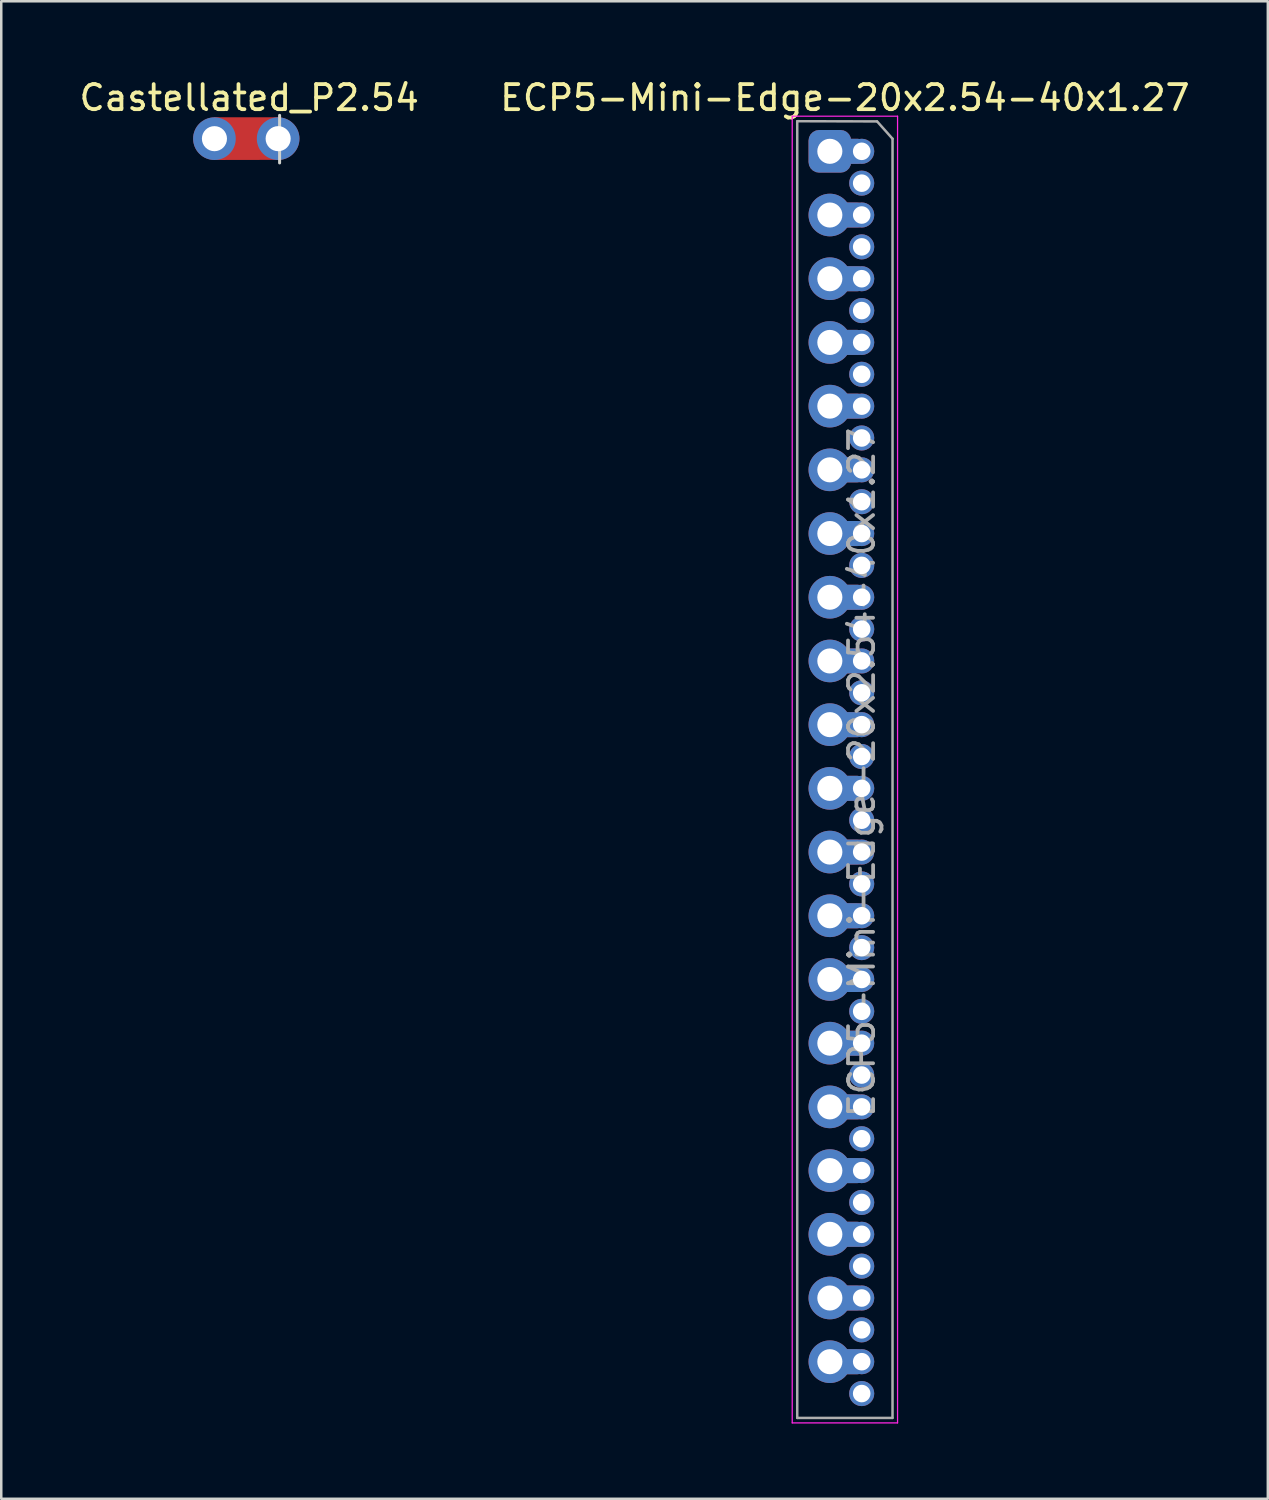
<source format=kicad_pcb>
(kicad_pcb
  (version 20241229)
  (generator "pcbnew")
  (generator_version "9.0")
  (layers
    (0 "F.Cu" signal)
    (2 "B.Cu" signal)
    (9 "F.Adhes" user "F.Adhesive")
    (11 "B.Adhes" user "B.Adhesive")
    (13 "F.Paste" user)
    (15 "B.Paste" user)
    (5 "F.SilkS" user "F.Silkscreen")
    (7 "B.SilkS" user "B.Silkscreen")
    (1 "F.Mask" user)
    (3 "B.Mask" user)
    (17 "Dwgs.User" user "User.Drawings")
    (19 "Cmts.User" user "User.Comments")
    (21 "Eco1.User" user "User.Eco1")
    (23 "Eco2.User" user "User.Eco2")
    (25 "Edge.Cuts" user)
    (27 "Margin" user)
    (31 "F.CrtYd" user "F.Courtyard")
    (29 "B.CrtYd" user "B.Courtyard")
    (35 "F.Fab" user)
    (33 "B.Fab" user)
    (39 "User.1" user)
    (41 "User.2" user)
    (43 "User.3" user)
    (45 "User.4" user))
  (footprint "ECP5-Mini-Edge-20x2.54-40x1.27"
    (layer "F.Cu")
    (at 30.037 2.983)
    (property "Reference" "ECP5-Mini-Edge-20x2.54-40x1.27" (at 0.6 -2.135 0) (layer "F.SilkS") (effects (font (size 1 1) (thickness 0.15))))
    (attr through_hole)
    (fp_line (start -1.5 50.7) (end -1.5 -1.4) (stroke (width 0.05) (type solid)) (layer "F.CrtYd"))
    (fp_line (start -1.499 -1.4) (end 2.7 -1.4) (stroke (width 0.05) (type solid)) (layer "F.CrtYd"))
    (fp_line (start 2.7 -1.4) (end 2.7 50.7) (stroke (width 0.05) (type solid)) (layer "F.CrtYd"))
    (fp_line (start 2.7 50.7) (end -1.5 50.7) (stroke (width 0.05) (type solid)) (layer "F.CrtYd"))
    (fp_line (start -1.3 -1.2) (end 1.879 -1.192) (stroke (width 0.1) (type solid)) (layer "F.Fab"))
    (fp_line (start -1.3 50.5) (end -1.3 -1.2) (stroke (width 0.1) (type solid)) (layer "F.Fab"))
    (fp_line (start 1.886 -1.19) (end 2.5 -0.5) (stroke (width 0.1) (type solid)) (layer "F.Fab"))
    (fp_line (start 2.497 50.502) (end -1.3 50.502) (stroke (width 0.1) (type solid)) (layer "F.Fab"))
    (fp_line (start 2.5 -0.5) (end 2.499 50.5) (stroke (width 0.1) (type solid)) (layer "F.Fab"))
    (fp_text user "${REFERENCE}" (at 1.27 24.765 90) (layer "F.Fab") (effects (font (size 1 1) (thickness 0.15))))
    (pad "1" thru_hole roundrect (at 0 0) (size 1.7 1.7) (drill 1) (layers "*.Cu" "*.Mask") (remove_unused_layers yes) (keep_end_layers yes) (zone_layer_connections) (roundrect_rratio 0.25))
    (pad "1" smd roundrect (at 0.635 0) (size 1.524 1) (layers "F.Cu" "F.Mask") (roundrect_rratio 0.3))
    (pad "1" smd roundrect (at 0.635 0) (size 1.524 1) (layers "B.Cu" "B.Mask") (roundrect_rratio 0.3))
    (pad "1" thru_hole circle (at 1.27 0) (size 1 1) (drill 0.7) (layers "*.Cu" "*.Mask") (remove_unused_layers yes) (keep_end_layers yes) (zone_layer_connections))
    (pad "2" thru_hole oval (at 1.27 1.27) (size 1 1) (drill 0.7) (layers "*.Cu" "*.Mask") (remove_unused_layers yes) (keep_end_layers yes) (zone_layer_connections))
    (pad "3" thru_hole oval (at 0 2.54) (size 1.7 1.7) (drill 1) (layers "*.Cu" "*.Mask") (remove_unused_layers yes) (keep_end_layers yes) (zone_layer_connections))
    (pad "3" smd roundrect (at 0.635 2.54 180) (size 1.524 1) (layers "F.Cu" "F.Mask") (roundrect_rratio 0.3))
    (pad "3" smd roundrect (at 0.635 2.54 180) (size 1.524 1) (layers "B.Cu" "B.Mask") (roundrect_rratio 0.3))
    (pad "3" thru_hole oval (at 1.27 2.54) (size 1 1) (drill 0.7) (layers "*.Cu" "*.Mask") (remove_unused_layers yes) (keep_end_layers yes) (zone_layer_connections))
    (pad "4" thru_hole oval (at 1.27 3.81) (size 1 1) (drill 0.7) (layers "*.Cu" "*.Mask") (remove_unused_layers yes) (keep_end_layers yes) (zone_layer_connections))
    (pad "5" thru_hole oval (at 0 5.08) (size 1.7 1.7) (drill 1) (layers "*.Cu" "*.Mask") (remove_unused_layers yes) (keep_end_layers yes) (zone_layer_connections))
    (pad "5" smd roundrect (at 0.635 5.08 180) (size 1.524 1) (layers "F.Cu" "F.Mask") (roundrect_rratio 0.3))
    (pad "5" smd roundrect (at 0.635 5.08 180) (size 1.524 1) (layers "B.Cu" "B.Mask") (roundrect_rratio 0.3))
    (pad "5" thru_hole oval (at 1.27 5.08) (size 1 1) (drill 0.7) (layers "*.Cu" "*.Mask") (remove_unused_layers yes) (keep_end_layers yes) (zone_layer_connections))
    (pad "6" thru_hole oval (at 1.27 6.35) (size 1 1) (drill 0.7) (layers "*.Cu" "*.Mask") (remove_unused_layers yes) (keep_end_layers yes) (zone_layer_connections))
    (pad "7" thru_hole oval (at 0 7.62) (size 1.7 1.7) (drill 1) (layers "*.Cu" "*.Mask") (remove_unused_layers yes) (keep_end_layers yes) (zone_layer_connections))
    (pad "7" smd roundrect (at 0.635 7.62 180) (size 1.524 1) (layers "F.Cu" "F.Mask") (roundrect_rratio 0.3))
    (pad "7" smd roundrect (at 0.635 7.62 180) (size 1.524 1) (layers "B.Cu" "B.Mask") (roundrect_rratio 0.3))
    (pad "7" thru_hole oval (at 1.27 7.62) (size 1 1) (drill 0.7) (layers "*.Cu" "*.Mask") (remove_unused_layers yes) (keep_end_layers yes) (zone_layer_connections))
    (pad "8" thru_hole oval (at 1.27 8.89) (size 1 1) (drill 0.7) (layers "*.Cu" "*.Mask") (remove_unused_layers yes) (keep_end_layers yes) (zone_layer_connections))
    (pad "9" thru_hole oval (at 0 10.16) (size 1.7 1.7) (drill 1) (layers "*.Cu" "*.Mask") (remove_unused_layers yes) (keep_end_layers yes) (zone_layer_connections))
    (pad "9" smd roundrect (at 0.635 10.16 180) (size 1.524 1) (layers "F.Cu" "F.Mask") (roundrect_rratio 0.3))
    (pad "9" smd roundrect (at 0.635 10.16 180) (size 1.524 1) (layers "B.Cu" "B.Mask") (roundrect_rratio 0.3))
    (pad "9" thru_hole oval (at 1.27 10.16) (size 1 1) (drill 0.7) (layers "*.Cu" "*.Mask") (remove_unused_layers yes) (keep_end_layers yes) (zone_layer_connections))
    (pad "10" thru_hole oval (at 1.27 11.43) (size 1 1) (drill 0.7) (layers "*.Cu" "*.Mask") (remove_unused_layers yes) (keep_end_layers yes) (zone_layer_connections))
    (pad "11" thru_hole oval (at 0 12.7) (size 1.7 1.7) (drill 1) (layers "*.Cu" "*.Mask") (remove_unused_layers yes) (keep_end_layers yes) (zone_layer_connections))
    (pad "11" smd roundrect (at 0.635 12.7 180) (size 1.524 1) (layers "F.Cu" "F.Mask") (roundrect_rratio 0.3))
    (pad "11" smd roundrect (at 0.635 12.7 180) (size 1.524 1) (layers "B.Cu" "B.Mask") (roundrect_rratio 0.3))
    (pad "11" thru_hole oval (at 1.27 12.7) (size 1 1) (drill 0.7) (layers "*.Cu" "*.Mask") (remove_unused_layers yes) (keep_end_layers yes) (zone_layer_connections))
    (pad "12" thru_hole oval (at 1.27 13.97) (size 1 1) (drill 0.7) (layers "*.Cu" "*.Mask") (remove_unused_layers yes) (keep_end_layers yes) (zone_layer_connections))
    (pad "13" thru_hole oval (at 0 15.24) (size 1.7 1.7) (drill 1) (layers "*.Cu" "*.Mask") (remove_unused_layers yes) (keep_end_layers yes) (zone_layer_connections))
    (pad "13" smd roundrect (at 0.635 15.24 180) (size 1.524 1) (layers "F.Cu" "F.Mask") (roundrect_rratio 0.3))
    (pad "13" smd roundrect (at 0.635 15.24 180) (size 1.524 1) (layers "B.Cu" "B.Mask") (roundrect_rratio 0.3))
    (pad "13" thru_hole oval (at 1.27 15.24) (size 1 1) (drill 0.7) (layers "*.Cu" "*.Mask") (remove_unused_layers yes) (keep_end_layers yes) (zone_layer_connections))
    (pad "14" thru_hole oval (at 1.27 16.51) (size 1 1) (drill 0.7) (layers "*.Cu" "*.Mask") (remove_unused_layers yes) (keep_end_layers yes) (zone_layer_connections))
    (pad "15" thru_hole oval (at 0 17.78) (size 1.7 1.7) (drill 1) (layers "*.Cu" "*.Mask") (remove_unused_layers yes) (keep_end_layers yes) (zone_layer_connections))
    (pad "15" smd roundrect (at 0.635 17.78 180) (size 1.524 1) (layers "F.Cu" "F.Mask") (roundrect_rratio 0.3))
    (pad "15" smd roundrect (at 0.635 17.78 180) (size 1.524 1) (layers "B.Cu" "B.Mask") (roundrect_rratio 0.3))
    (pad "15" thru_hole oval (at 1.27 17.78) (size 1 1) (drill 0.7) (layers "*.Cu" "*.Mask") (remove_unused_layers yes) (keep_end_layers yes) (zone_layer_connections))
    (pad "16" thru_hole oval (at 1.27 19.05) (size 1 1) (drill 0.7) (layers "*.Cu" "*.Mask") (remove_unused_layers yes) (keep_end_layers yes) (zone_layer_connections))
    (pad "17" thru_hole oval (at 0 20.32) (size 1.7 1.7) (drill 1) (layers "*.Cu" "*.Mask"))
    (pad "17" smd roundrect (at 0.635 20.32 180) (size 1.524 1) (layers "F.Cu" "F.Mask") (roundrect_rratio 0.3))
    (pad "17" smd roundrect (at 0.635 20.32 180) (size 1.524 1) (layers "B.Cu" "B.Mask") (roundrect_rratio 0.3))
    (pad "17" thru_hole oval (at 1.27 20.32) (size 1 1) (drill 0.7) (layers "*.Cu" "*.Mask") (remove_unused_layers yes) (keep_end_layers yes) (zone_layer_connections))
    (pad "18" thru_hole oval (at 1.27 21.59) (size 1 1) (drill 0.7) (layers "*.Cu" "*.Mask"))
    (pad "19" thru_hole oval (at 0 22.86) (size 1.7 1.7) (drill 1) (layers "*.Cu" "*.Mask") (remove_unused_layers yes) (keep_end_layers yes) (zone_layer_connections))
    (pad "19" smd roundrect (at 0.635 22.86 180) (size 1.524 1) (layers "F.Cu" "F.Mask") (roundrect_rratio 0.3))
    (pad "19" smd roundrect (at 0.635 22.86 180) (size 1.524 1) (layers "B.Cu" "B.Mask") (roundrect_rratio 0.3))
    (pad "19" thru_hole oval (at 1.27 22.86) (size 1 1) (drill 0.7) (layers "*.Cu" "*.Mask"))
    (pad "20" thru_hole oval (at 1.27 24.13) (size 1 1) (drill 0.7) (layers "*.Cu" "*.Mask"))
    (pad "21" thru_hole oval (at 0 25.4) (size 1.7 1.7) (drill 1) (layers "*.Cu" "*.Mask") (remove_unused_layers yes) (keep_end_layers yes) (zone_layer_connections))
    (pad "21" smd roundrect (at 0.635 25.4 180) (size 1.524 1) (layers "F.Cu" "F.Mask") (roundrect_rratio 0.3))
    (pad "21" smd roundrect (at 0.635 25.4 180) (size 1.524 1) (layers "B.Cu" "B.Mask") (roundrect_rratio 0.3))
    (pad "21" thru_hole oval (at 1.27 25.4) (size 1 1) (drill 0.7) (layers "*.Cu" "*.Mask") (remove_unused_layers yes) (keep_end_layers yes) (zone_layer_connections))
    (pad "22" thru_hole oval (at 1.27 26.67) (size 1 1) (drill 0.7) (layers "*.Cu" "*.Mask") (remove_unused_layers yes) (keep_end_layers yes) (zone_layer_connections))
    (pad "23" thru_hole oval (at 0 27.94) (size 1.7 1.7) (drill 1) (layers "*.Cu" "*.Mask"))
    (pad "23" smd roundrect (at 0.635 27.94 180) (size 1.524 1) (layers "F.Cu" "F.Mask") (roundrect_rratio 0.3))
    (pad "23" smd roundrect (at 0.635 27.94 180) (size 1.524 1) (layers "B.Cu" "B.Mask") (roundrect_rratio 0.3))
    (pad "23" thru_hole oval (at 1.27 27.94) (size 1 1) (drill 0.7) (layers "*.Cu" "*.Mask") (remove_unused_layers yes) (keep_end_layers yes) (zone_layer_connections))
    (pad "24" thru_hole oval (at 1.27 29.21) (size 1 1) (drill 0.7) (layers "*.Cu" "*.Mask") (remove_unused_layers yes) (keep_end_layers yes) (zone_layer_connections))
    (pad "25" thru_hole oval (at 0 30.48) (size 1.7 1.7) (drill 1) (layers "*.Cu" "*.Mask") (remove_unused_layers yes) (keep_end_layers yes) (zone_layer_connections))
    (pad "25" smd roundrect (at 0.635 30.48 180) (size 1.524 1) (layers "F.Cu" "F.Mask") (roundrect_rratio 0.3))
    (pad "25" smd roundrect (at 0.635 30.48 180) (size 1.524 1) (layers "B.Cu" "B.Mask") (roundrect_rratio 0.3))
    (pad "25" thru_hole oval (at 1.27 30.48) (size 1 1) (drill 0.7) (layers "*.Cu" "*.Mask"))
    (pad "26" thru_hole oval (at 1.27 31.75) (size 1 1) (drill 0.7) (layers "*.Cu" "*.Mask"))
    (pad "27" thru_hole oval (at 0 33.02) (size 1.7 1.7) (drill 1) (layers "*.Cu" "*.Mask") (remove_unused_layers yes) (keep_end_layers yes) (zone_layer_connections))
    (pad "27" smd roundrect (at 0.635 33.02 180) (size 1.524 1) (layers "F.Cu" "F.Mask") (roundrect_rratio 0.3))
    (pad "27" smd roundrect (at 0.635 33.02 180) (size 1.524 1) (layers "B.Cu" "B.Mask") (roundrect_rratio 0.3))
    (pad "27" thru_hole oval (at 1.27 33.02) (size 1 1) (drill 0.7) (layers "*.Cu" "*.Mask") (remove_unused_layers yes) (keep_end_layers yes) (zone_layer_connections))
    (pad "28" thru_hole oval (at 1.27 34.29) (size 1 1) (drill 0.7) (layers "*.Cu" "*.Mask"))
    (pad "29" thru_hole oval (at 0 35.56) (size 1.7 1.7) (drill 1) (layers "*.Cu" "*.Mask"))
    (pad "29" smd roundrect (at 0.635 35.56 180) (size 1.524 1) (layers "F.Cu" "F.Mask") (roundrect_rratio 0.3))
    (pad "29" smd roundrect (at 0.635 35.56 180) (size 1.524 1) (layers "B.Cu" "B.Mask") (roundrect_rratio 0.3))
    (pad "29" thru_hole oval (at 1.27 35.56) (size 1 1) (drill 0.7) (layers "*.Cu" "*.Mask") (remove_unused_layers yes) (keep_end_layers yes) (zone_layer_connections))
    (pad "30" thru_hole oval (at 1.27 36.83) (size 1 1) (drill 0.7) (layers "*.Cu" "*.Mask") (remove_unused_layers yes) (keep_end_layers yes) (zone_layer_connections))
    (pad "31" thru_hole oval (at 0 38.1) (size 1.7 1.7) (drill 1) (layers "*.Cu" "*.Mask"))
    (pad "31" smd roundrect (at 0.635 38.1 180) (size 1.524 1) (layers "F.Cu" "F.Mask") (roundrect_rratio 0.3))
    (pad "31" smd roundrect (at 0.635 38.1 180) (size 1.524 1) (layers "B.Cu" "B.Mask") (roundrect_rratio 0.3))
    (pad "31" thru_hole oval (at 1.27 38.1) (size 1 1) (drill 0.7) (layers "*.Cu" "*.Mask"))
    (pad "32" thru_hole oval (at 1.27 39.37) (size 1 1) (drill 0.7) (layers "*.Cu" "*.Mask") (remove_unused_layers yes) (keep_end_layers yes) (zone_layer_connections))
    (pad "33" thru_hole oval (at 0 40.64) (size 1.7 1.7) (drill 1) (layers "*.Cu" "*.Mask") (remove_unused_layers yes) (keep_end_layers yes) (zone_layer_connections))
    (pad "33" smd roundrect (at 0.635 40.64 180) (size 1.524 1) (layers "F.Cu" "F.Mask") (roundrect_rratio 0.3))
    (pad "33" smd roundrect (at 0.635 40.64 180) (size 1.524 1) (layers "B.Cu" "B.Mask") (roundrect_rratio 0.3))
    (pad "33" thru_hole oval (at 1.27 40.64) (size 1 1) (drill 0.7) (layers "*.Cu" "*.Mask") (remove_unused_layers yes) (keep_end_layers yes) (zone_layer_connections))
    (pad "34" thru_hole oval (at 1.27 41.91) (size 1 1) (drill 0.7) (layers "*.Cu" "*.Mask") (remove_unused_layers yes) (keep_end_layers yes) (zone_layer_connections))
    (pad "35" thru_hole oval (at 0 43.18) (size 1.7 1.7) (drill 1) (layers "*.Cu" "*.Mask"))
    (pad "35" smd roundrect (at 0.635 43.18 180) (size 1.524 1) (layers "F.Cu" "F.Mask") (roundrect_rratio 0.3))
    (pad "35" smd roundrect (at 0.635 43.18 180) (size 1.524 1) (layers "B.Cu" "B.Mask") (roundrect_rratio 0.3))
    (pad "35" thru_hole oval (at 1.27 43.18) (size 1 1) (drill 0.7) (layers "*.Cu" "*.Mask") (remove_unused_layers yes) (keep_end_layers yes) (zone_layer_connections))
    (pad "36" thru_hole oval (at 1.27 44.45) (size 1 1) (drill 0.7) (layers "*.Cu" "*.Mask"))
    (pad "37" thru_hole oval (at 0 45.72) (size 1.7 1.7) (drill 1) (layers "*.Cu" "*.Mask"))
    (pad "37" smd roundrect (at 0.635 45.72 180) (size 1.524 1) (layers "F.Cu" "F.Mask") (roundrect_rratio 0.3))
    (pad "37" smd roundrect (at 0.635 45.72 180) (size 1.524 1) (layers "B.Cu" "B.Mask") (roundrect_rratio 0.3))
    (pad "37" thru_hole oval (at 1.27 45.72) (size 1 1) (drill 0.7) (layers "*.Cu" "*.Mask") (remove_unused_layers yes) (keep_end_layers yes) (zone_layer_connections))
    (pad "38" thru_hole oval (at 1.27 46.99) (size 1 1) (drill 0.7) (layers "*.Cu" "*.Mask"))
    (pad "39" thru_hole oval (at 0 48.26) (size 1.7 1.7) (drill 1) (layers "*.Cu" "*.Mask"))
    (pad "39" smd roundrect (at 0.635 48.26 180) (size 1.524 1) (layers "F.Cu" "F.Mask") (roundrect_rratio 0.3))
    (pad "39" smd roundrect (at 0.635 48.26 180) (size 1.524 1) (layers "B.Cu" "B.Mask") (roundrect_rratio 0.3))
    (pad "39" thru_hole oval (at 1.27 48.26) (size 1 1) (drill 0.7) (layers "*.Cu" "*.Mask"))
    (pad "40" thru_hole oval (at 1.27 49.53) (size 1 1) (drill 0.7) (layers "*.Cu" "*.Mask")))
  (footprint "Castellated_P2.54"
    (layer "F.Cu")
    (at 5.5 2.479)
    (property "Reference" "Castellated_P2.54" (at 1.387 -1.631 0) (layer "F.SilkS") (effects (font (size 1 1) (thickness 0.15))))
    (attr through_hole)
    (fp_poly (pts (xy 2.548 0.795) (xy -0.003 0.8) (xy 0.01 -0.803) (xy 2.56 -0.803)) (stroke (width 0.1) (type solid)) (fill yes) (layer "F.Cu"))
    (fp_poly (pts (xy 2.55 0.8) (xy 0 0.805) (xy 0.013 -0.798) (xy 2.563 -0.798)) (stroke (width 0.1) (type solid)) (fill yes) (layer "F.Mask"))
    (fp_line (start 2.598 0.968) (end 2.598 -0.93) (stroke (width 0.12) (type solid)) (layer "Edge.Cuts"))
    (pad "1" thru_hole circle (at 0 0) (size 1.7 1.7) (drill 1) (layers "*.Cu" "*.Mask"))
    (pad "1" thru_hole circle (at 2.54 0) (size 1.7 1.7) (drill 1) (layers "*.Cu" "*.Mask")))
  (gr_rect
    (start -3 -3)
    (end 47.5 56.708)
    (stroke (width 0.1) (type default))
    (fill no)
    (layer "Edge.Cuts")))
</source>
